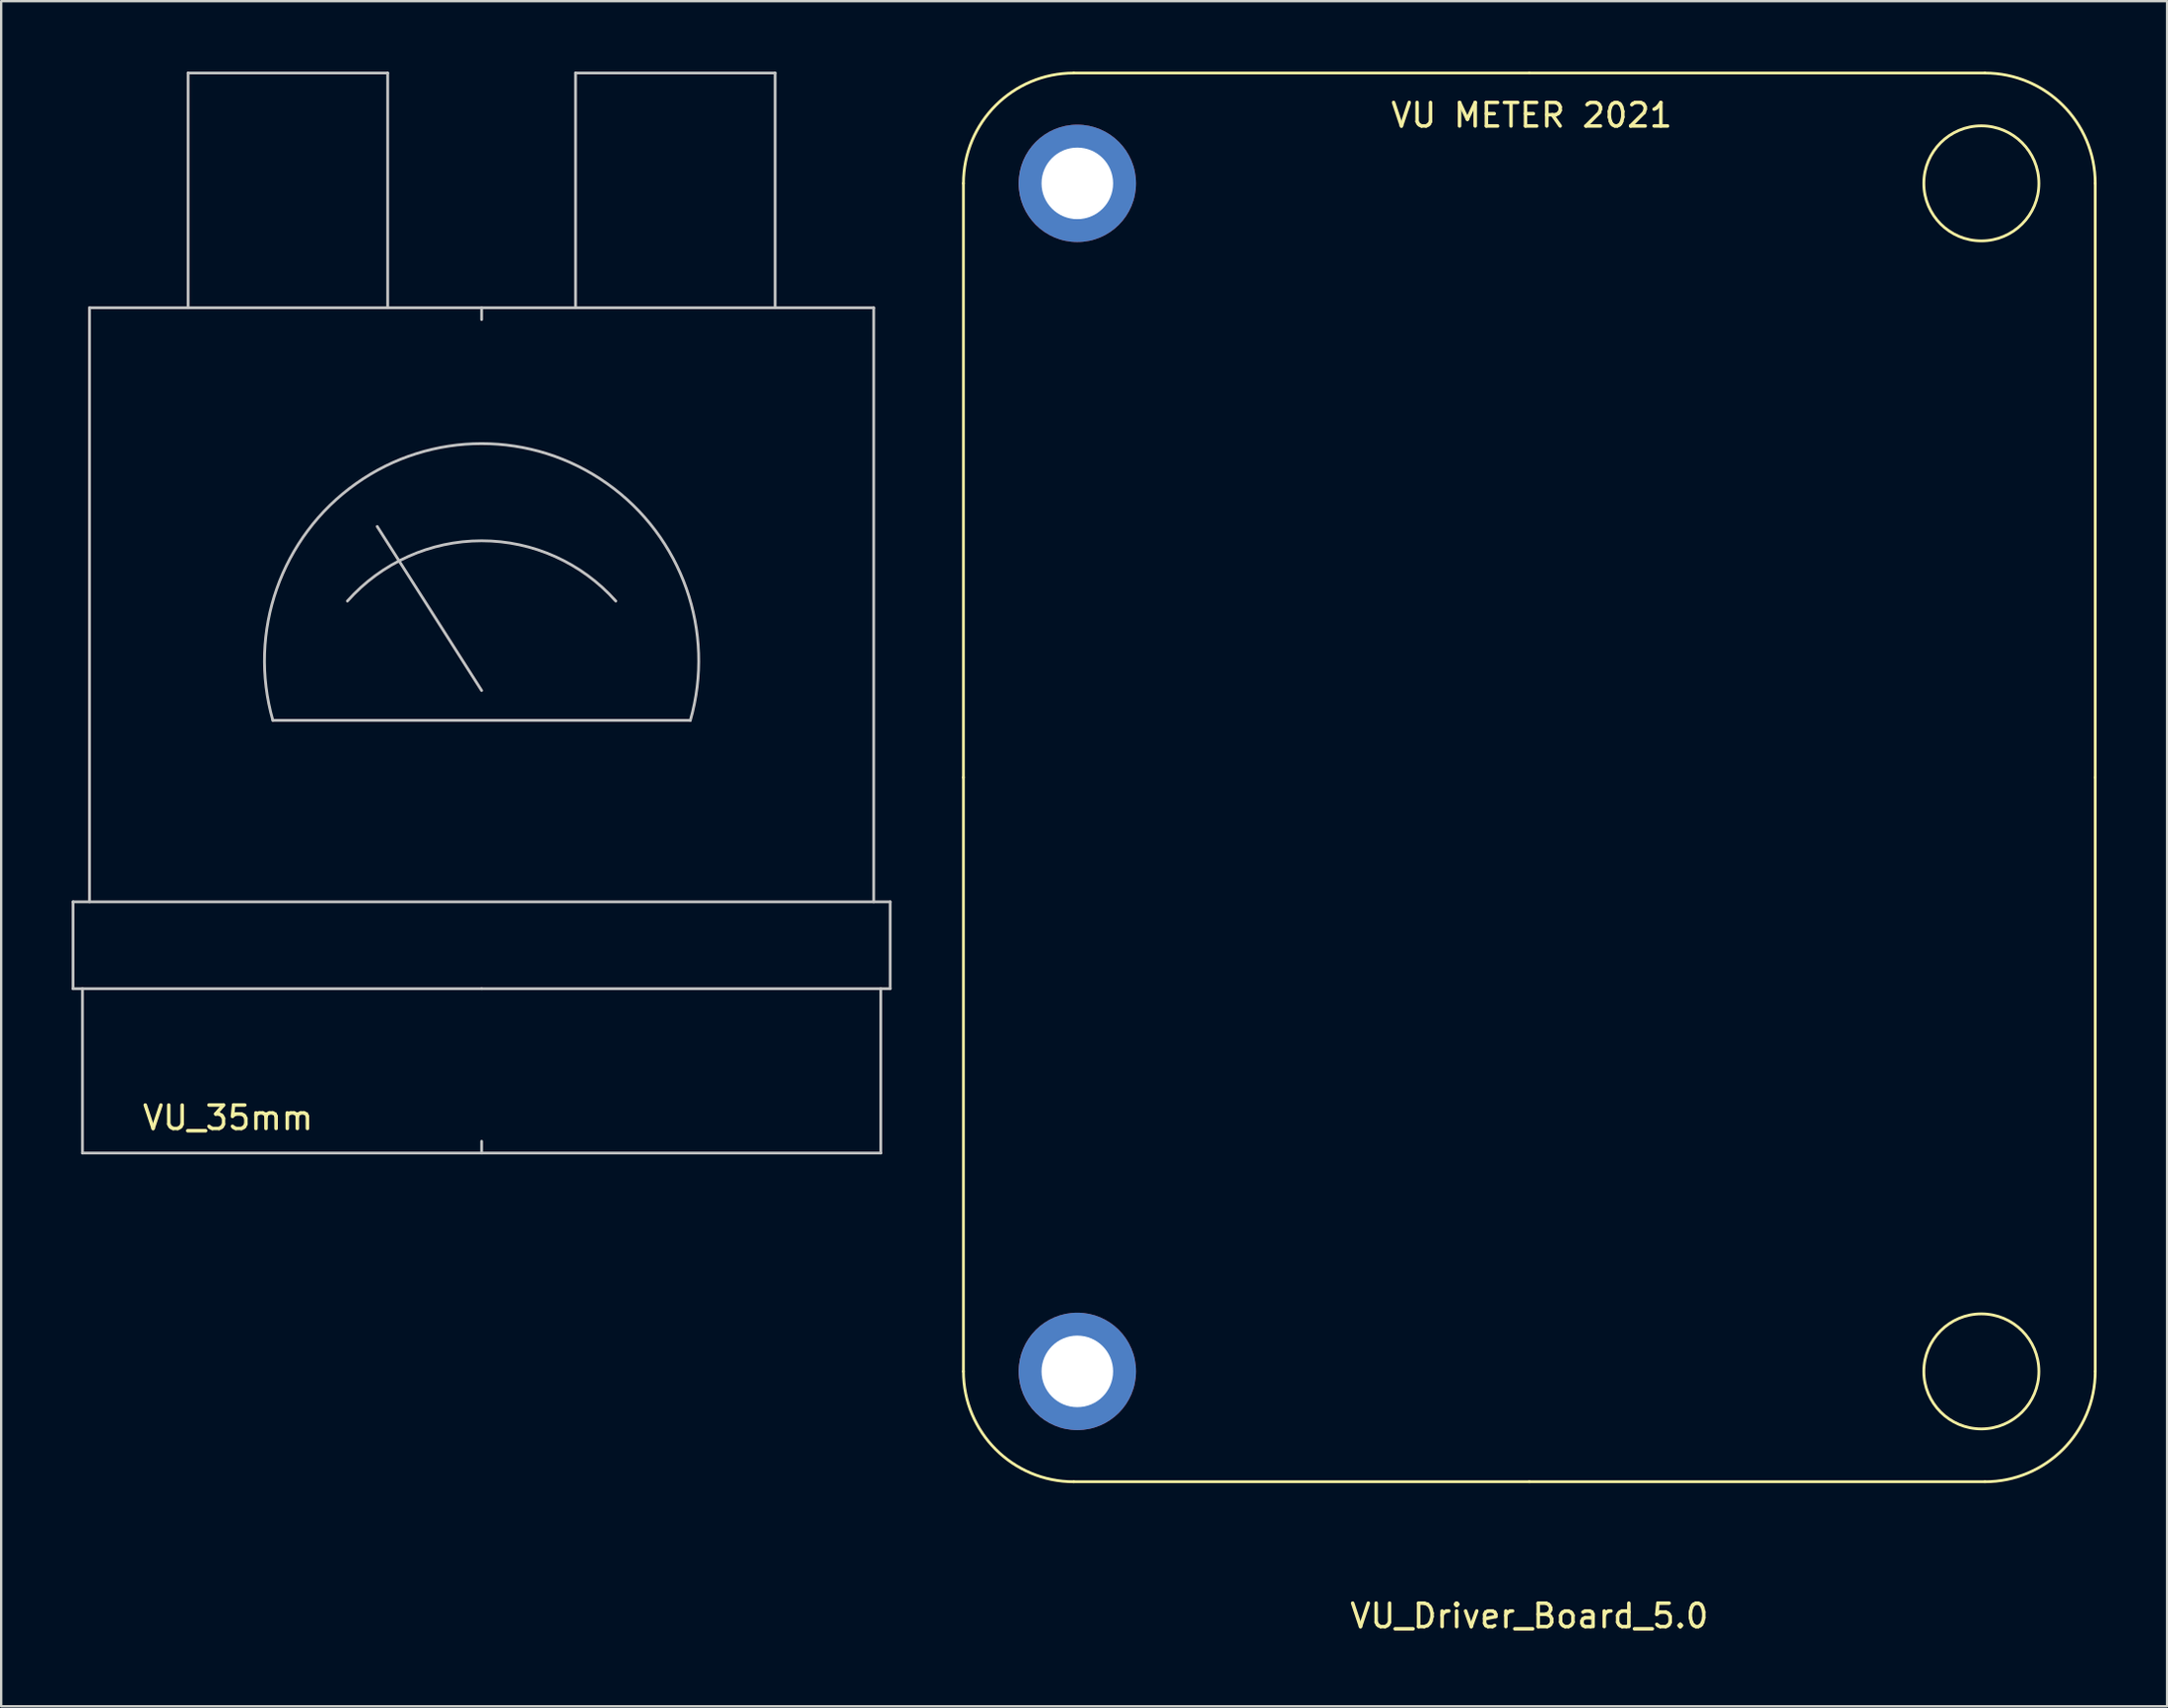
<source format=kicad_pcb>
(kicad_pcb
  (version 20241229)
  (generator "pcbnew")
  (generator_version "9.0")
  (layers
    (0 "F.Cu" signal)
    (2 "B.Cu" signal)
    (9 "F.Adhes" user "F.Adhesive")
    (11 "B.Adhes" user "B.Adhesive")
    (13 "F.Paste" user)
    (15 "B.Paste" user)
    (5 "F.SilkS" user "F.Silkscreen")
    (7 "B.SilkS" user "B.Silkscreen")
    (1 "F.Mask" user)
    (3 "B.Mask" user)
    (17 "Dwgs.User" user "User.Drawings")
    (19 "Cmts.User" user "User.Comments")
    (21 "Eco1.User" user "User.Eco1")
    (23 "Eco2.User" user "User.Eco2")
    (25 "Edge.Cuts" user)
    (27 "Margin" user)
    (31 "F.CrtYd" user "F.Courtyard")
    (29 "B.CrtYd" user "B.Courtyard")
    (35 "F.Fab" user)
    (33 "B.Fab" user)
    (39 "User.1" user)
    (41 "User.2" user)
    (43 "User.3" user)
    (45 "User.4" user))
  (footprint "VU_35mm"
    (layer "F.Cu")
    (at 17.46 39.06)
    (property "Reference" "VU_35mm" (at -10.8 5.5 0) (layer "F.SilkS") (effects (font (size 1 1) (thickness 0.15))))
    (attr through_hole)
    (fp_line (start -17.4 -3.7) (end -17.4 0) (stroke (width 0.12) (type solid)) (layer "Dwgs.User"))
    (fp_line (start -17 7) (end -17 0) (stroke (width 0.12) (type solid)) (layer "Dwgs.User"))
    (fp_line (start -16.7 -29) (end 16.7 -29) (stroke (width 0.12) (type solid)) (layer "Dwgs.User"))
    (fp_line (start -16.7 -3.7) (end -16.7 -29) (stroke (width 0.12) (type solid)) (layer "Dwgs.User"))
    (fp_line (start -12.5 -29) (end -12.5 -39) (stroke (width 0.12) (type solid)) (layer "Dwgs.User"))
    (fp_line (start -8.89 -11.43) (end 8.89 -11.43) (stroke (width 0.12) (type solid)) (layer "Dwgs.User"))
    (fp_line (start -4.445 -19.685) (end 0 -12.7) (stroke (width 0.12) (type solid)) (layer "Dwgs.User"))
    (fp_line (start -4 -39) (end -12.5 -39) (stroke (width 0.12) (type solid)) (layer "Dwgs.User"))
    (fp_line (start -4 -29) (end -4 -39) (stroke (width 0.12) (type solid)) (layer "Dwgs.User"))
    (fp_line (start 0 -29) (end 0 -28.5) (stroke (width 0.12) (type solid)) (layer "Dwgs.User"))
    (fp_line (start 0 0) (end -17.4 0) (stroke (width 0.12) (type solid)) (layer "Dwgs.User"))
    (fp_line (start 0 0) (end 17.4 0) (stroke (width 0.12) (type solid)) (layer "Dwgs.User"))
    (fp_line (start 0 7) (end 0 6.5) (stroke (width 0.12) (type solid)) (layer "Dwgs.User"))
    (fp_line (start 4 -39) (end 4 -29) (stroke (width 0.12) (type solid)) (layer "Dwgs.User"))
    (fp_line (start 12.5 -39) (end 4 -39) (stroke (width 0.12) (type solid)) (layer "Dwgs.User"))
    (fp_line (start 12.5 -29) (end 12.5 -39) (stroke (width 0.12) (type solid)) (layer "Dwgs.User"))
    (fp_line (start 16.7 -3.7) (end 16.7 -29) (stroke (width 0.12) (type solid)) (layer "Dwgs.User"))
    (fp_line (start 17 0) (end 17 7) (stroke (width 0.12) (type solid)) (layer "Dwgs.User"))
    (fp_line (start 17 7) (end -17 7) (stroke (width 0.12) (type solid)) (layer "Dwgs.User"))
    (fp_line (start 17.4 -3.7) (end -17.4 -3.7) (stroke (width 0.12) (type solid)) (layer "Dwgs.User"))
    (fp_line (start 17.4 0) (end 17.4 -3.7) (stroke (width 0.12) (type solid)) (layer "Dwgs.User"))
    (fp_arc (start -8.889999 -11.43) (mid 0 -23.215739) (end 8.889999 -11.430001) (stroke (width 0.12) (type solid)) (layer "Dwgs.User"))
    (fp_arc (start -5.714999 -16.509999) (mid 0 -19.076411) (end 5.714999 -16.509999) (stroke (width 0.12) (type solid)) (layer "Dwgs.User")))
  (footprint "VU_Driver_Board_5.0"
    (layer "F.Cu")
    (at 62.08 30.06)
    (property "Reference" "VU_Driver_Board_5.0" (at 0 35.715 0) (layer "F.SilkS") (effects (font (size 1 1) (thickness 0.15))))
    (attr through_hole)
    (fp_line (start -24.1 -25.3) (end -24.1 0) (stroke (width 0.12) (type solid)) (layer "F.SilkS"))
    (fp_line (start -24.1 25.3) (end -24.1 0) (stroke (width 0.12) (type solid)) (layer "F.SilkS"))
    (fp_line (start 0 -30) (end -19.4 -30) (stroke (width 0.12) (type solid)) (layer "F.SilkS"))
    (fp_line (start 0 -30) (end 19.4 -30) (stroke (width 0.12) (type solid)) (layer "F.SilkS"))
    (fp_line (start 0 30) (end -19.4 30) (stroke (width 0.12) (type solid)) (layer "F.SilkS"))
    (fp_line (start 0 30) (end 19.4 30) (stroke (width 0.12) (type solid)) (layer "F.SilkS"))
    (fp_line (start 24.1 -25.3) (end 24.1 0) (stroke (width 0.12) (type solid)) (layer "F.SilkS"))
    (fp_line (start 24.1 25.3) (end 24.1 0) (stroke (width 0.12) (type solid)) (layer "F.SilkS"))
    (fp_arc (start -24.1 -25.3) (mid -22.723402 -28.623402) (end -19.4 -30) (stroke (width 0.12) (type solid)) (layer "F.SilkS"))
    (fp_arc (start -19.4 30) (mid -22.723402 28.623402) (end -24.1 25.3) (stroke (width 0.12) (type solid)) (layer "F.SilkS"))
    (fp_arc (start 19.4 -30) (mid 22.723402 -28.623402) (end 24.1 -25.3) (stroke (width 0.12) (type solid)) (layer "F.SilkS"))
    (fp_arc (start 24.1 25.3) (mid 22.723402 28.623402) (end 19.4 30) (stroke (width 0.12) (type solid)) (layer "F.SilkS"))
    (fp_circle (center 19.25 -25.3) (end 21.7 -25.3) (stroke (width 0.12) (type solid)) (fill no) (layer "F.SilkS"))
    (fp_circle (center 19.25 25.3) (end 21.7 25.3) (stroke (width 0.12) (type solid)) (fill no) (layer "F.SilkS"))
    (fp_text user "VU METER 2021" (at 0.1 -28.2 0) (layer "F.SilkS") (effects (font (size 1 1) (thickness 0.15))))
    (pad "" np_thru_hole circle (at -19.25 -25.3) (size 5 5) (drill 3.048) (layers "*.Cu" "*.Mask"))
    (pad "" np_thru_hole circle (at -19.25 25.3 180) (size 5 5) (drill 3.048) (layers "*.Cu" "*.Mask")))
  (gr_rect
    (start -3 -3)
    (end 89.24 69.623)
    (stroke (width 0.1) (type default))
    (fill no)
    (layer "Edge.Cuts")))
</source>
